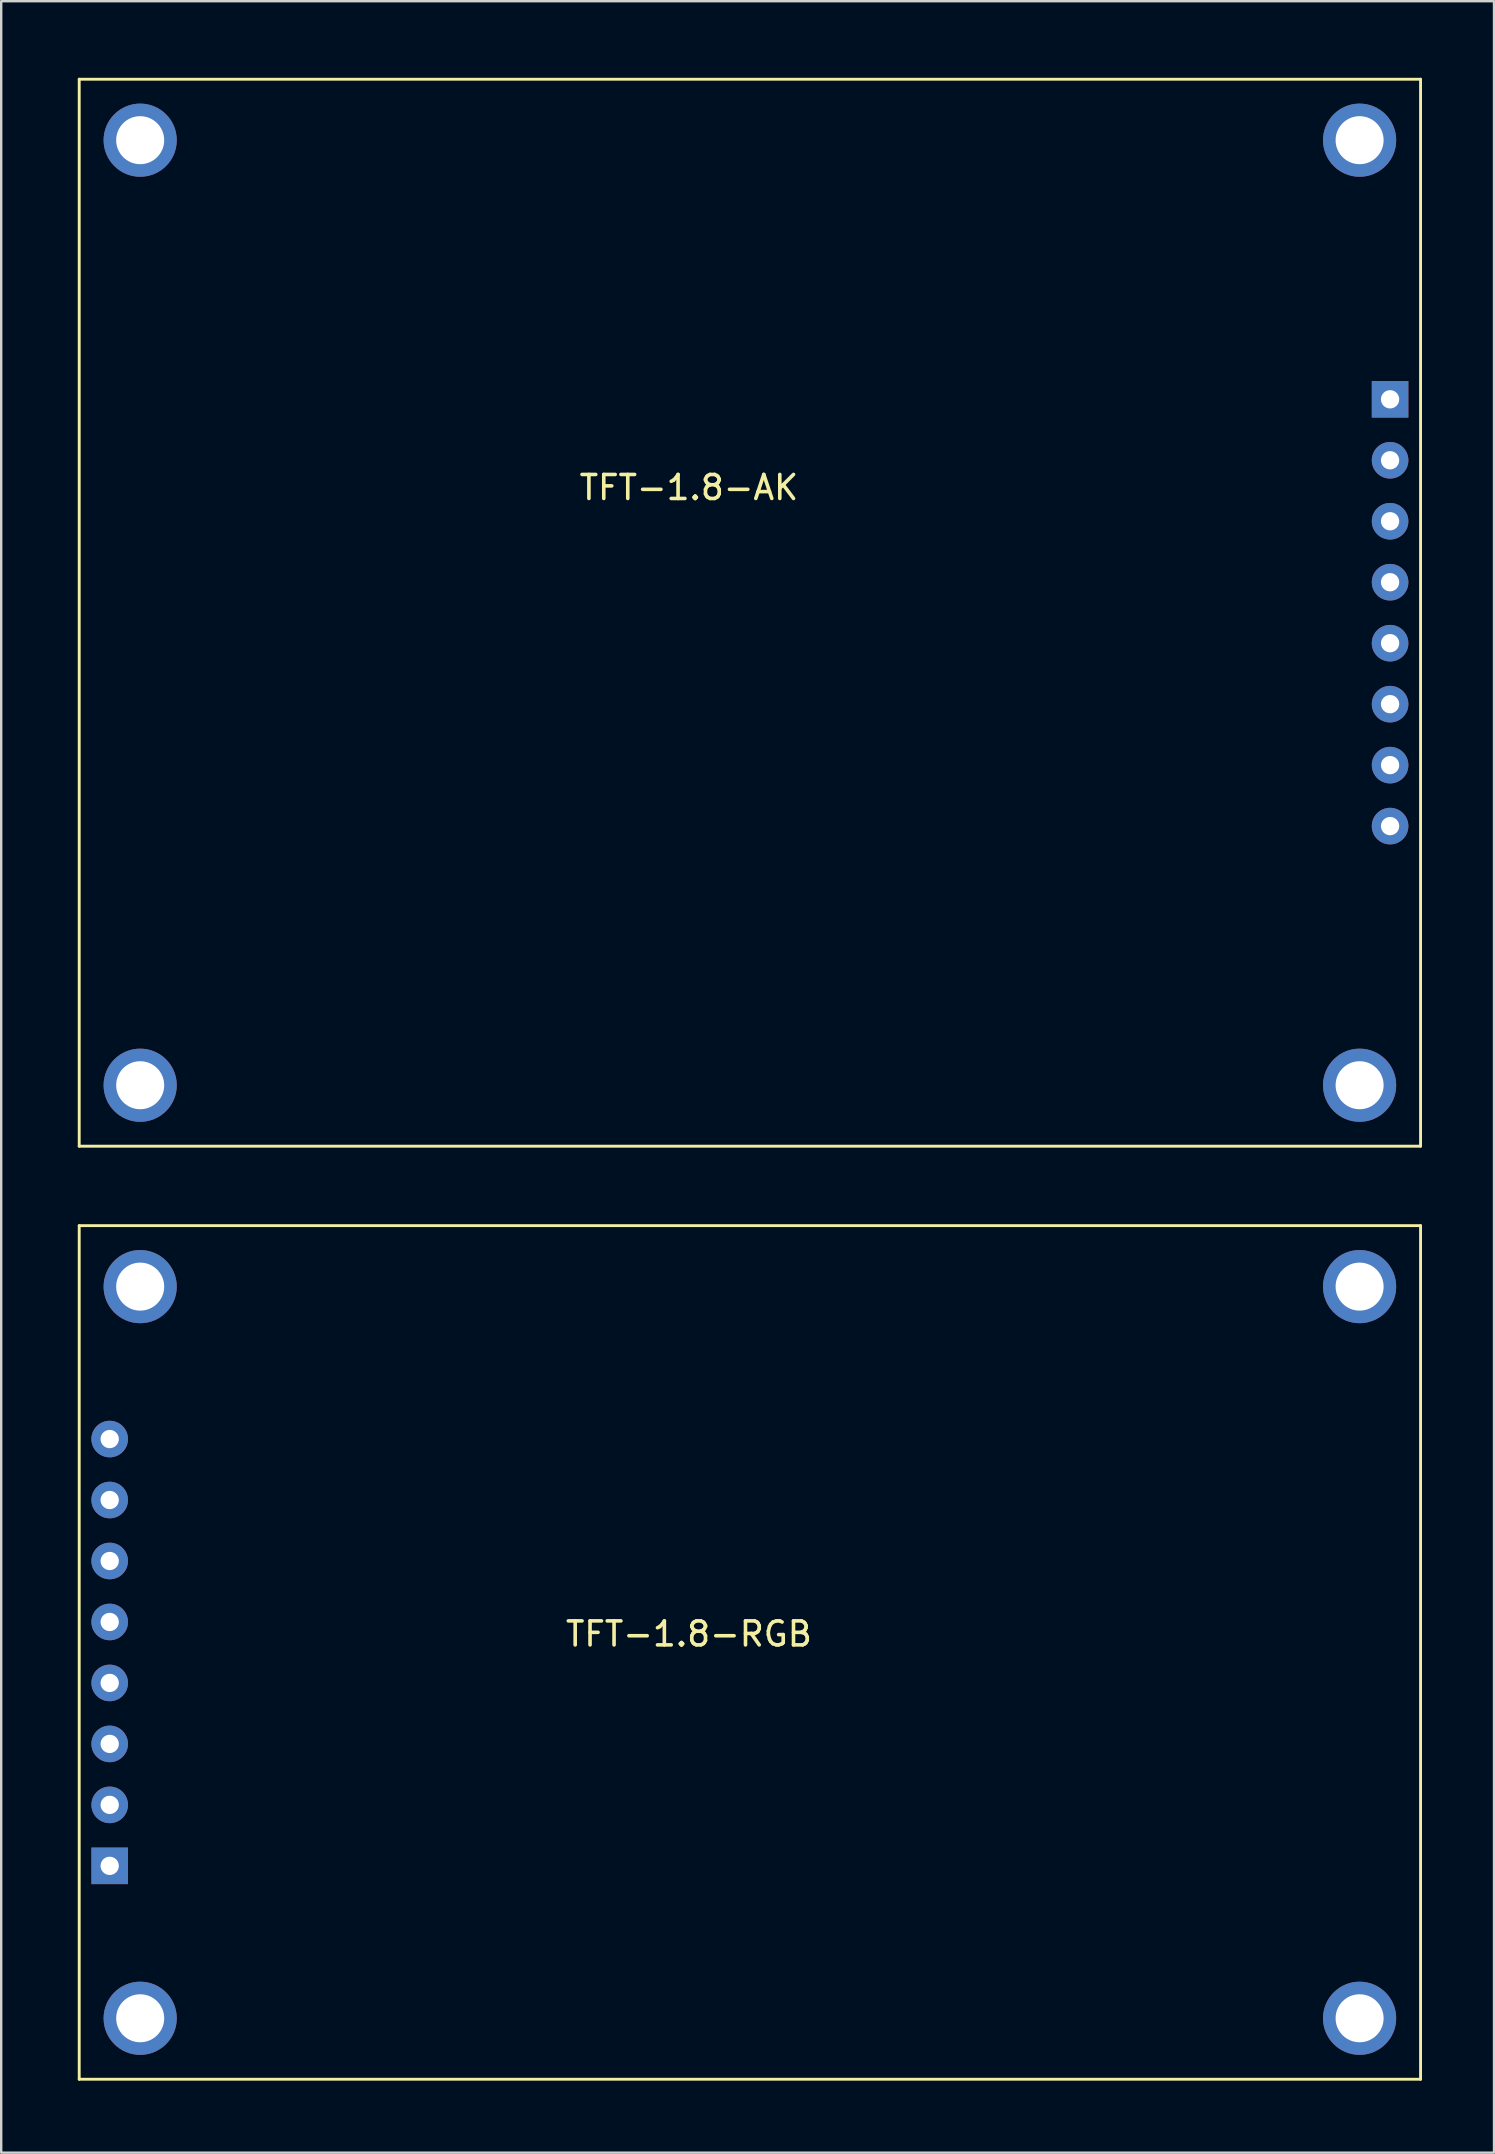
<source format=kicad_pcb>
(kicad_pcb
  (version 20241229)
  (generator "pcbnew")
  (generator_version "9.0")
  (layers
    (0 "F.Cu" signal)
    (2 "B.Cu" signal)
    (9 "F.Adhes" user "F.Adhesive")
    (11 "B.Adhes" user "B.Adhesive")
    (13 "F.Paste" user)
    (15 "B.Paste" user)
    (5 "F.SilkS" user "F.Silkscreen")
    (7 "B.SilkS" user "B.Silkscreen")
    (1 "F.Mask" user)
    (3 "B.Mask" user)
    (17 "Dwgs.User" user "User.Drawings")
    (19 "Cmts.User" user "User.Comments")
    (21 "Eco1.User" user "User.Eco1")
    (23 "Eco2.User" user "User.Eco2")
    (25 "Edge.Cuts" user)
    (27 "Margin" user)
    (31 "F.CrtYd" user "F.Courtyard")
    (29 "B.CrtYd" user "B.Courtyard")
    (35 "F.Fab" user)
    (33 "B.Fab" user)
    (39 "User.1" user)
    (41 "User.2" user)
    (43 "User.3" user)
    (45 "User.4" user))
  (footprint "TFT-1.8-RGB"
    (layer "F.Cu")
    (at 0.25 48.01)
    (property "Reference" "TFT-1.8-RGB" (at 25.4 17.01 0) (layer "F.SilkS") (effects (font (size 1 1) (thickness 0.15))))
    (attr through_hole)
    (fp_line (start 0 0) (end 55.88 0) (stroke (width 0.12) (type solid)) (layer "F.SilkS"))
    (fp_line (start 0 35.56) (end 0 0) (stroke (width 0.12) (type solid)) (layer "F.SilkS"))
    (fp_line (start 55.88 0) (end 55.88 35.56) (stroke (width 0.12) (type solid)) (layer "F.SilkS"))
    (fp_line (start 55.88 35.56) (end 0 35.56) (stroke (width 0.12) (type solid)) (layer "F.SilkS"))
    (pad "1" thru_hole rect (at 1.27 26.67) (size 1.524 1.524) (drill 0.762) (layers "*.Cu" "*.Mask"))
    (pad "2" thru_hole circle (at 1.27 24.13) (size 1.524 1.524) (drill 0.762) (layers "*.Cu" "*.Mask"))
    (pad "3" thru_hole circle (at 1.27 21.59) (size 1.524 1.524) (drill 0.762) (layers "*.Cu" "*.Mask"))
    (pad "4" thru_hole circle (at 1.27 19.05) (size 1.524 1.524) (drill 0.762) (layers "*.Cu" "*.Mask"))
    (pad "5" thru_hole circle (at 1.27 16.51) (size 1.524 1.524) (drill 0.762) (layers "*.Cu" "*.Mask"))
    (pad "6" thru_hole circle (at 1.27 13.97) (size 1.524 1.524) (drill 0.762) (layers "*.Cu" "*.Mask"))
    (pad "7" thru_hole circle (at 1.27 11.43) (size 1.524 1.524) (drill 0.762) (layers "*.Cu" "*.Mask"))
    (pad "8" thru_hole circle (at 1.27 8.89) (size 1.524 1.524) (drill 0.762) (layers "*.Cu" "*.Mask"))
    (pad "9" thru_hole circle (at 2.54 2.54) (size 3.048 3.048) (drill 2) (layers "*.Cu" "*.Mask"))
    (pad "10" thru_hole circle (at 2.54 33.02) (size 3.048 3.048) (drill 2) (layers "*.Cu" "*.Mask"))
    (pad "11" thru_hole circle (at 53.34 33.02) (size 3.048 3.048) (drill 2) (layers "*.Cu" "*.Mask"))
    (pad "12" thru_hole circle (at 53.34 2.54) (size 3.048 3.048) (drill 2) (layers "*.Cu" "*.Mask")))
  (footprint "TFT-1.8-AK"
    (layer "F.Cu")
    (at 0.25 0.25)
    (property "Reference" "TFT-1.8-AK" (at 25.4 17.01 0) (layer "F.SilkS") (effects (font (size 1 1) (thickness 0.15))))
    (attr through_hole)
    (fp_line (start 0 0) (end 55.88 0) (stroke (width 0.12) (type solid)) (layer "F.SilkS"))
    (fp_line (start 0 44.45) (end 0 0) (stroke (width 0.12) (type solid)) (layer "F.SilkS"))
    (fp_line (start 55.88 0) (end 55.88 44.45) (stroke (width 0.12) (type solid)) (layer "F.SilkS"))
    (fp_line (start 55.88 44.45) (end 0 44.45) (stroke (width 0.12) (type solid)) (layer "F.SilkS"))
    (pad "1" thru_hole rect (at 54.61 13.335) (size 1.524 1.524) (drill 0.762) (layers "*.Cu" "*.Mask"))
    (pad "2" thru_hole circle (at 54.61 15.875) (size 1.524 1.524) (drill 0.762) (layers "*.Cu" "*.Mask"))
    (pad "3" thru_hole circle (at 54.61 18.415) (size 1.524 1.524) (drill 0.762) (layers "*.Cu" "*.Mask"))
    (pad "4" thru_hole circle (at 54.61 20.955) (size 1.524 1.524) (drill 0.762) (layers "*.Cu" "*.Mask"))
    (pad "5" thru_hole circle (at 54.61 23.495) (size 1.524 1.524) (drill 0.762) (layers "*.Cu" "*.Mask"))
    (pad "6" thru_hole circle (at 54.61 26.035) (size 1.524 1.524) (drill 0.762) (layers "*.Cu" "*.Mask"))
    (pad "7" thru_hole circle (at 54.61 28.575) (size 1.524 1.524) (drill 0.762) (layers "*.Cu" "*.Mask"))
    (pad "8" thru_hole circle (at 54.61 31.115) (size 1.524 1.524) (drill 0.762) (layers "*.Cu" "*.Mask"))
    (pad "9" thru_hole circle (at 2.54 2.54) (size 3.048 3.048) (drill 2) (layers "*.Cu" "*.Mask"))
    (pad "10" thru_hole circle (at 2.54 41.91) (size 3.048 3.048) (drill 2) (layers "*.Cu" "*.Mask"))
    (pad "11" thru_hole circle (at 53.34 41.91) (size 3.048 3.048) (drill 2) (layers "*.Cu" "*.Mask"))
    (pad "12" thru_hole circle (at 53.34 2.54) (size 3.048 3.048) (drill 2) (layers "*.Cu" "*.Mask")))
  (gr_rect
    (start -3 -3)
    (end 59.19 86.63)
    (stroke (width 0.1) (type default))
    (fill no)
    (layer "Edge.Cuts")))
</source>
